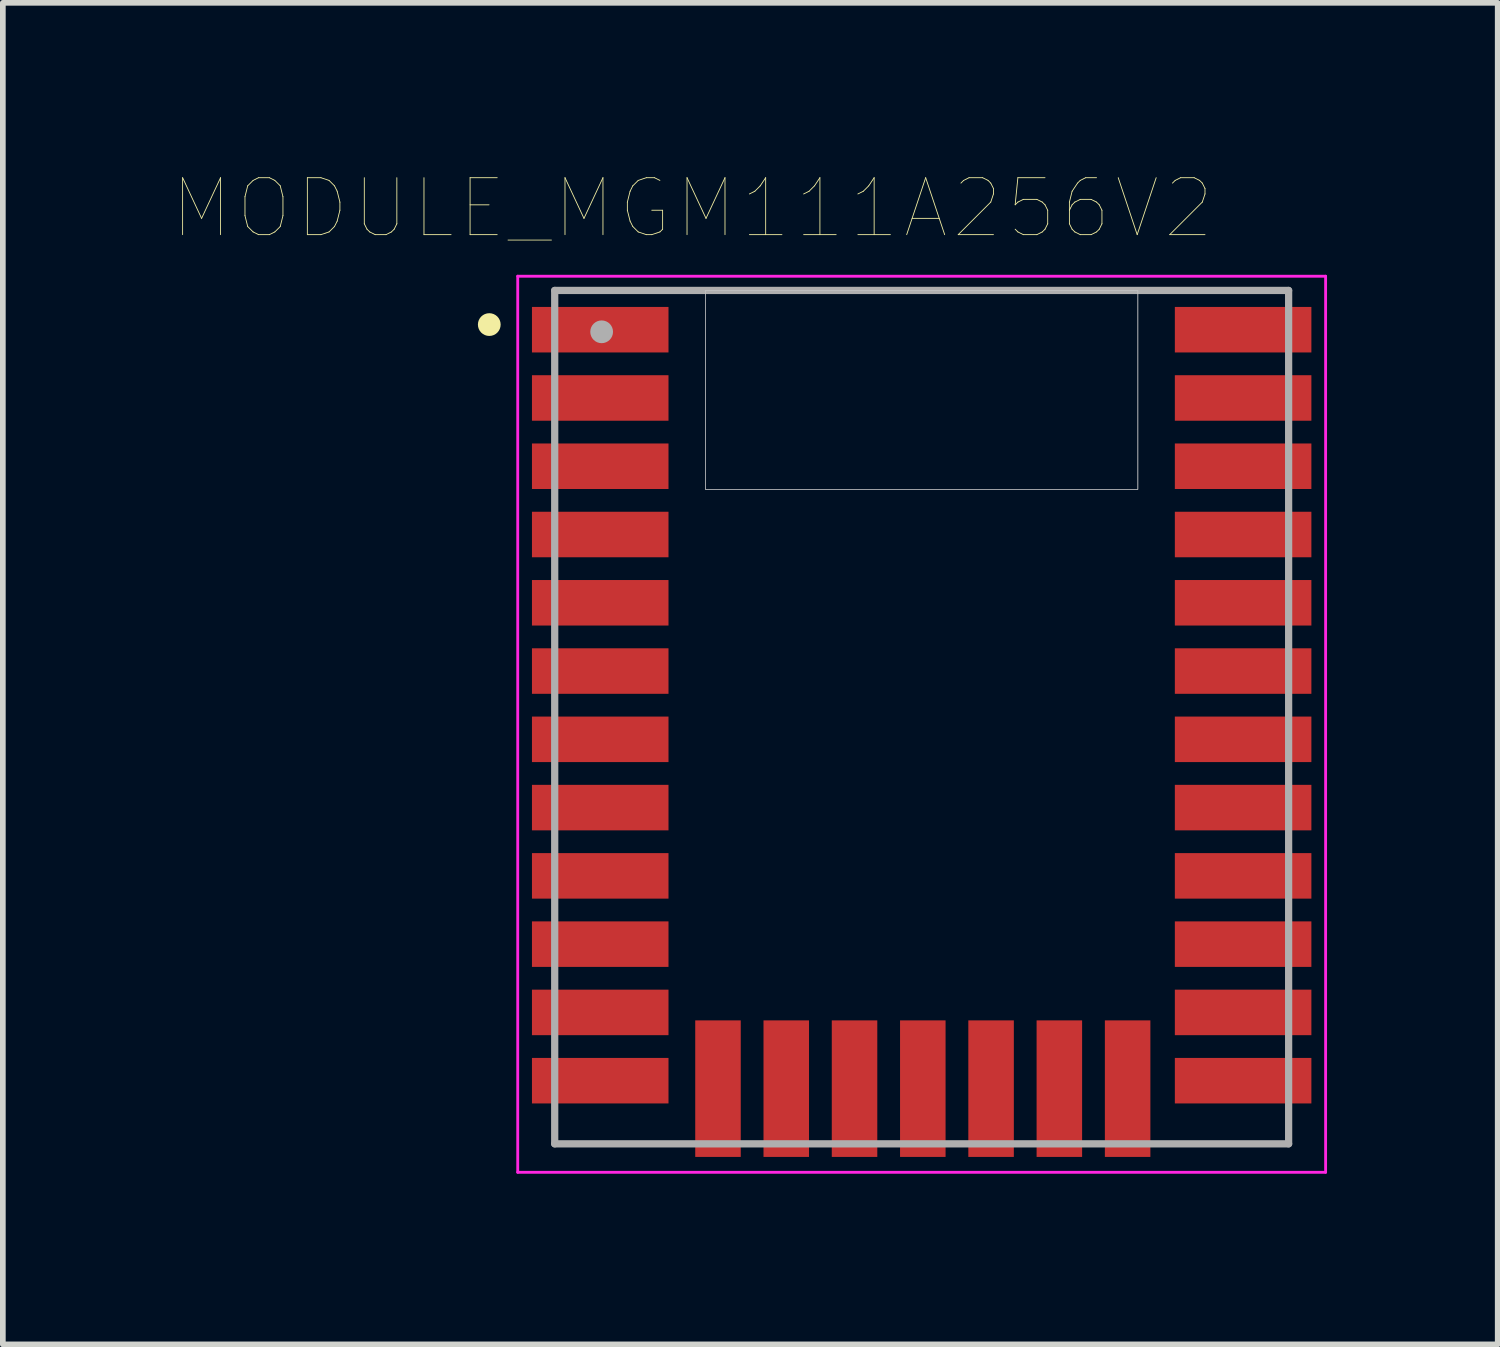
<source format=kicad_pcb>
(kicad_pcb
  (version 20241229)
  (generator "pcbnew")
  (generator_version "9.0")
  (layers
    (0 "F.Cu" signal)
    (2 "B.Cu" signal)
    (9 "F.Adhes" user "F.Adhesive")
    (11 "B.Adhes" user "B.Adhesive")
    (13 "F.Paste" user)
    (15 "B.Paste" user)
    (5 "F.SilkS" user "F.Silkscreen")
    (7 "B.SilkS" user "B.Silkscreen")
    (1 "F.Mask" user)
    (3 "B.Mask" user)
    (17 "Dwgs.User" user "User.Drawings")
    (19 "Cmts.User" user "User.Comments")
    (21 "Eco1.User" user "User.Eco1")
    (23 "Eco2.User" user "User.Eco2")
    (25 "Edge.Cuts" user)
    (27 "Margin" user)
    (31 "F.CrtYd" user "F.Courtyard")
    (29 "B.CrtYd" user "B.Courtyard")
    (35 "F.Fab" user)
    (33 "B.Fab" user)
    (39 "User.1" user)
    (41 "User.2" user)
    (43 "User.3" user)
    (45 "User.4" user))
  (footprint "MODULE_MGM111A256V2"
    (layer "F.Cu")
    (at 13.15 9.555)
    (property "Reference" "MODULE_MGM111A256V2" (at -4.029 -8.943 0) (layer "F.SilkS") (effects (font (size 1.001 1.001) (thickness 0.015))))
    (attr through_hole)
    (fp_circle (center -7.6 -6.9) (end -7.5 -6.9) (stroke (width 0.2) (type solid)) (fill no) (layer "F.SilkS"))
    (fp_poly (pts (xy -3.803 -7.5) (xy 3.8 -7.5) (xy 3.8 -4.003) (xy -3.803 -4.003)) (stroke (width 0.01) (type solid)) (fill no) (layer "Dwgs.User"))
    (fp_poly (pts (xy -3.801 -7.5) (xy 3.8 -7.5) (xy 3.8 -4.001) (xy -3.801 -4.001)) (stroke (width 0.01) (type solid)) (fill no) (layer "Dwgs.User"))
    (fp_line (start -7.1 -7.75) (end 7.1 -7.75) (stroke (width 0.05) (type solid)) (layer "F.CrtYd"))
    (fp_line (start -7.1 8) (end -7.1 -7.75) (stroke (width 0.05) (type solid)) (layer "F.CrtYd"))
    (fp_line (start 7.1 -7.75) (end 7.1 8) (stroke (width 0.05) (type solid)) (layer "F.CrtYd"))
    (fp_line (start 7.1 8) (end -7.1 8) (stroke (width 0.05) (type solid)) (layer "F.CrtYd"))
    (fp_line (start -6.45 -7.5) (end 6.45 -7.5) (stroke (width 0.127) (type solid)) (layer "F.Fab"))
    (fp_line (start -6.45 7.5) (end -6.45 -7.5) (stroke (width 0.127) (type solid)) (layer "F.Fab"))
    (fp_line (start 6.45 -7.5) (end 6.45 7.5) (stroke (width 0.127) (type solid)) (layer "F.Fab"))
    (fp_line (start 6.45 7.5) (end -6.45 7.5) (stroke (width 0.127) (type solid)) (layer "F.Fab"))
    (fp_circle (center -5.625 -6.773) (end -5.525 -6.773) (stroke (width 0.2) (type solid)) (fill no) (layer "F.Fab"))
    (pad "1" smd rect (at -5.65 -6.81) (size 2.4 0.8) (layers "F.Cu" "F.Mask" "F.Paste"))
    (pad "2" smd rect (at -5.65 -5.61) (size 2.4 0.8) (layers "F.Cu" "F.Mask" "F.Paste"))
    (pad "3" smd rect (at -5.65 -4.41) (size 2.4 0.8) (layers "F.Cu" "F.Mask" "F.Paste"))
    (pad "4" smd rect (at -5.65 -3.21) (size 2.4 0.8) (layers "F.Cu" "F.Mask" "F.Paste"))
    (pad "5" smd rect (at -5.65 -2.01) (size 2.4 0.8) (layers "F.Cu" "F.Mask" "F.Paste"))
    (pad "6" smd rect (at -5.65 -0.81) (size 2.4 0.8) (layers "F.Cu" "F.Mask" "F.Paste"))
    (pad "7" smd rect (at -5.65 0.39) (size 2.4 0.8) (layers "F.Cu" "F.Mask" "F.Paste"))
    (pad "8" smd rect (at -5.65 1.59) (size 2.4 0.8) (layers "F.Cu" "F.Mask" "F.Paste"))
    (pad "9" smd rect (at -5.65 2.79) (size 2.4 0.8) (layers "F.Cu" "F.Mask" "F.Paste"))
    (pad "10" smd rect (at -5.65 3.99) (size 2.4 0.8) (layers "F.Cu" "F.Mask" "F.Paste"))
    (pad "11" smd rect (at -5.65 5.19) (size 2.4 0.8) (layers "F.Cu" "F.Mask" "F.Paste"))
    (pad "12" smd rect (at -5.65 6.39) (size 2.4 0.8) (layers "F.Cu" "F.Mask" "F.Paste"))
    (pad "13" smd rect (at -3.58 6.53) (size 0.8 2.4) (layers "F.Cu" "F.Mask" "F.Paste"))
    (pad "14" smd rect (at -2.38 6.53) (size 0.8 2.4) (layers "F.Cu" "F.Mask" "F.Paste"))
    (pad "15" smd rect (at -1.18 6.53) (size 0.8 2.4) (layers "F.Cu" "F.Mask" "F.Paste"))
    (pad "16" smd rect (at 0.02 6.53) (size 0.8 2.4) (layers "F.Cu" "F.Mask" "F.Paste"))
    (pad "17" smd rect (at 1.22 6.53) (size 0.8 2.4) (layers "F.Cu" "F.Mask" "F.Paste"))
    (pad "18" smd rect (at 2.42 6.53) (size 0.8 2.4) (layers "F.Cu" "F.Mask" "F.Paste"))
    (pad "19" smd rect (at 3.62 6.53) (size 0.8 2.4) (layers "F.Cu" "F.Mask" "F.Paste"))
    (pad "20" smd rect (at 5.65 6.39) (size 2.4 0.8) (layers "F.Cu" "F.Mask" "F.Paste"))
    (pad "21" smd rect (at 5.65 5.19) (size 2.4 0.8) (layers "F.Cu" "F.Mask" "F.Paste"))
    (pad "22" smd rect (at 5.65 3.99) (size 2.4 0.8) (layers "F.Cu" "F.Mask" "F.Paste"))
    (pad "23" smd rect (at 5.65 2.79) (size 2.4 0.8) (layers "F.Cu" "F.Mask" "F.Paste"))
    (pad "24" smd rect (at 5.65 1.59) (size 2.4 0.8) (layers "F.Cu" "F.Mask" "F.Paste"))
    (pad "25" smd rect (at 5.65 0.39) (size 2.4 0.8) (layers "F.Cu" "F.Mask" "F.Paste"))
    (pad "26" smd rect (at 5.65 -0.81) (size 2.4 0.8) (layers "F.Cu" "F.Mask" "F.Paste"))
    (pad "27" smd rect (at 5.65 -2.01) (size 2.4 0.8) (layers "F.Cu" "F.Mask" "F.Paste"))
    (pad "28" smd rect (at 5.65 -3.21) (size 2.4 0.8) (layers "F.Cu" "F.Mask" "F.Paste"))
    (pad "29" smd rect (at 5.65 -4.41) (size 2.4 0.8) (layers "F.Cu" "F.Mask" "F.Paste"))
    (pad "30" smd rect (at 5.65 -5.61) (size 2.4 0.8) (layers "F.Cu" "F.Mask" "F.Paste"))
    (pad "31" smd rect (at 5.65 -6.81) (size 2.4 0.8) (layers "F.Cu" "F.Mask" "F.Paste")))
  (gr_rect
    (start -3 -3)
    (end 23.275 20.58)
    (stroke (width 0.1) (type default))
    (fill no)
    (layer "Edge.Cuts")))
</source>
